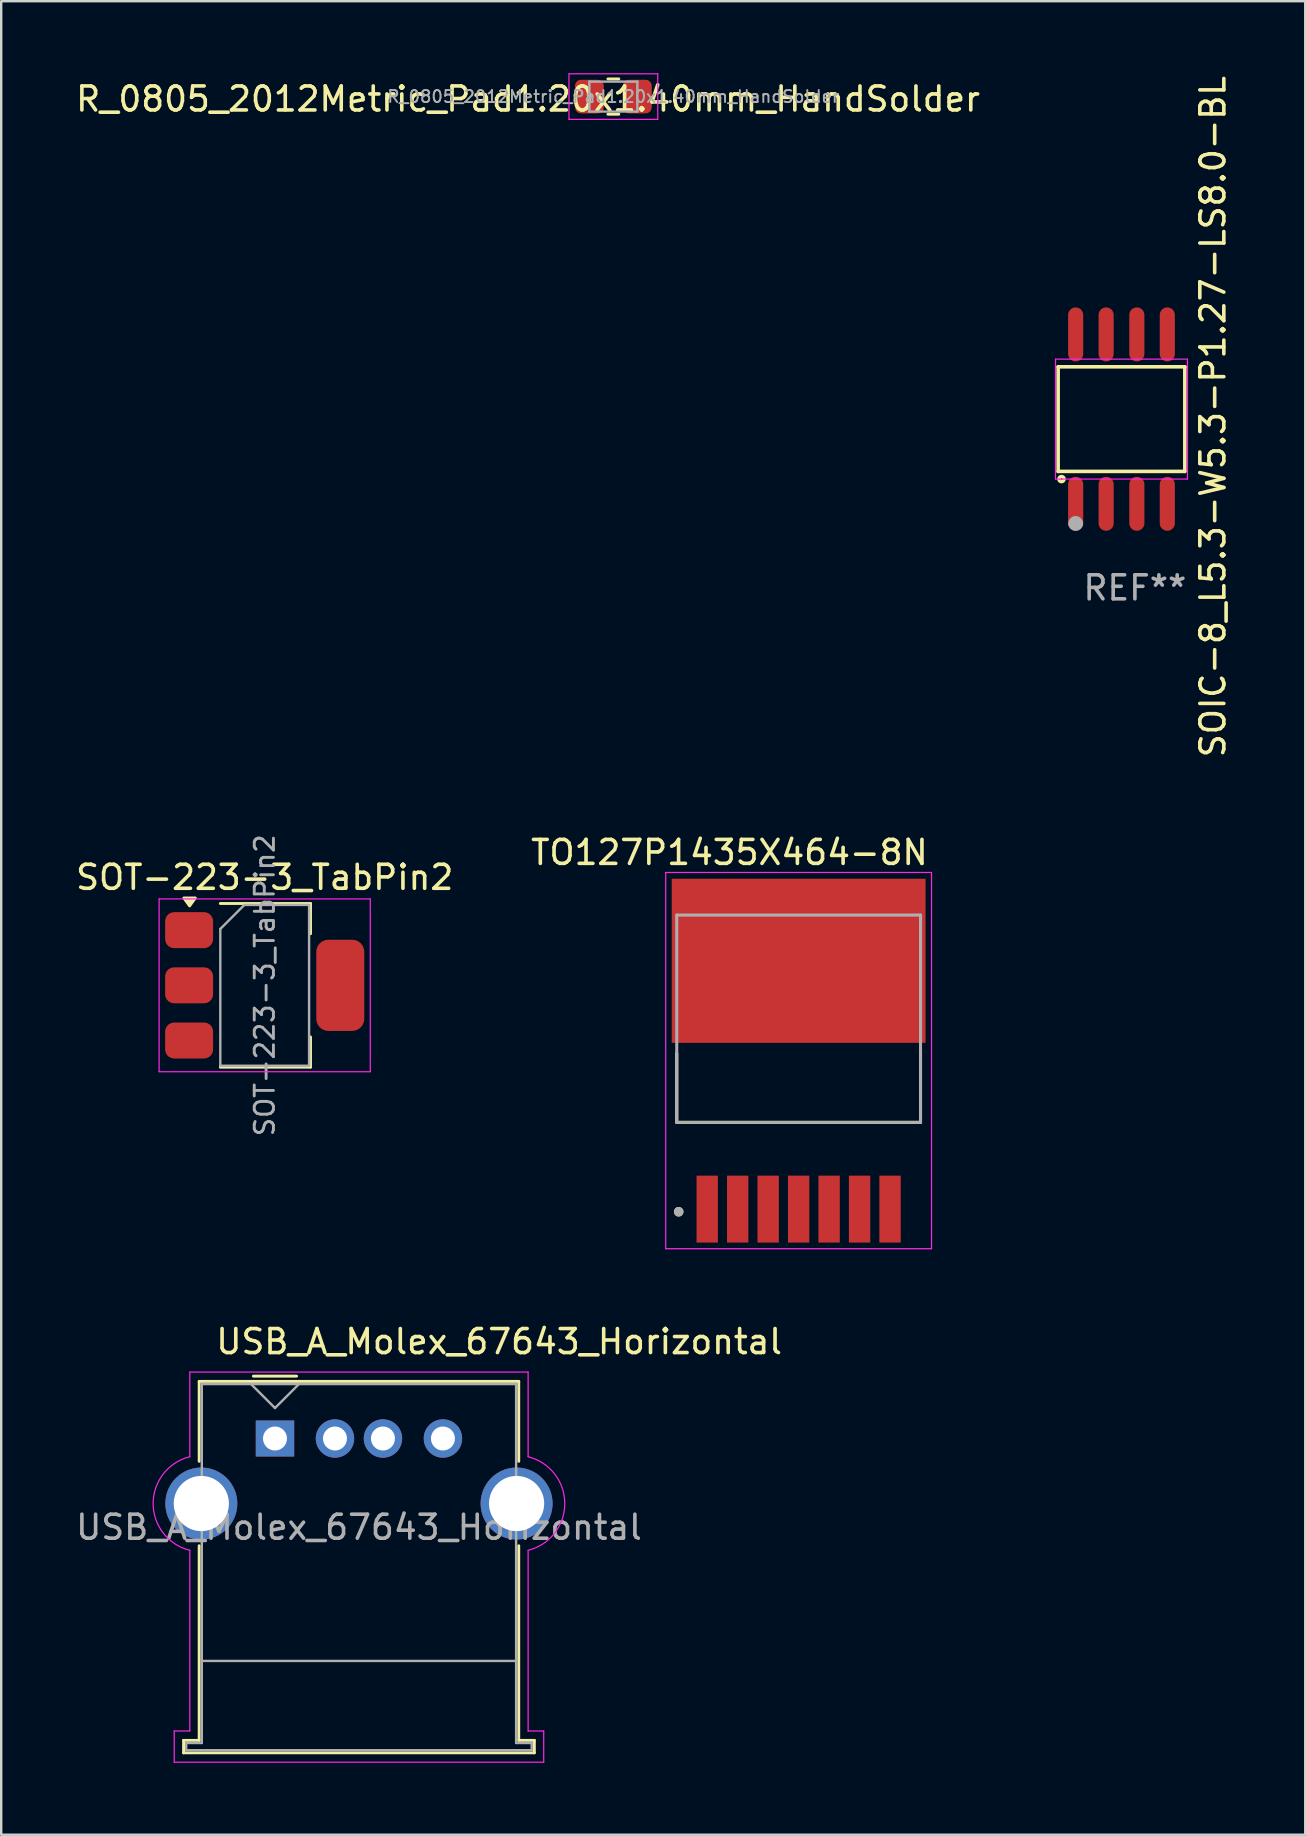
<source format=kicad_pcb>
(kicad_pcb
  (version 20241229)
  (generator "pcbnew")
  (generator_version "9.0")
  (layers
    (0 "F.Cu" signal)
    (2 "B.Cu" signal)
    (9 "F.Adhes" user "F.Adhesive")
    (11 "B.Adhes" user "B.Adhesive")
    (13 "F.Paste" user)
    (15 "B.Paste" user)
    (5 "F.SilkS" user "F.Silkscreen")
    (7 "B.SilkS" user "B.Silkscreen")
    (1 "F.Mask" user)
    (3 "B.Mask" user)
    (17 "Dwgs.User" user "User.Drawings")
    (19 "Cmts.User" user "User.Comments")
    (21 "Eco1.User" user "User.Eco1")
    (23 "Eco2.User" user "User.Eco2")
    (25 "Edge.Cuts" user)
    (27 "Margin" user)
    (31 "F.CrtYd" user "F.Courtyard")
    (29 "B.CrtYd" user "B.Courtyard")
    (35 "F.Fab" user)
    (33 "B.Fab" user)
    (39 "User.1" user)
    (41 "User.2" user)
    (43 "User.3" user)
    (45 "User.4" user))
  (footprint "SOT-223-3_TabPin2"
    (layer "F.Cu")
    (at 7.982 38.017)
    (property "Reference" "SOT-223-3_TabPin2" (at 0 -4.5 180) (layer "F.SilkS") (effects (font (size 1 1) (thickness 0.15))))
    (attr smd)
    (fp_line (start -1.85 -3.41) (end 1.91 -3.41) (stroke (width 0.12) (type solid)) (layer "F.SilkS"))
    (fp_line (start -1.85 3.41) (end 1.91 3.41) (stroke (width 0.12) (type solid)) (layer "F.SilkS"))
    (fp_line (start 1.91 -3.41) (end 1.91 -2.15) (stroke (width 0.12) (type solid)) (layer "F.SilkS"))
    (fp_line (start 1.91 3.41) (end 1.91 2.15) (stroke (width 0.12) (type solid)) (layer "F.SilkS"))
    (fp_poly (pts (xy -3.13 -3.31) (xy -3.37 -3.64) (xy -2.89 -3.64) (xy -3.13 -3.31)) (stroke (width 0.12) (type solid)) (fill yes) (layer "F.SilkS"))
    (fp_line (start -4.4 -3.6) (end -4.4 3.6) (stroke (width 0.05) (type solid)) (layer "F.CrtYd"))
    (fp_line (start -4.4 3.6) (end 4.4 3.6) (stroke (width 0.05) (type solid)) (layer "F.CrtYd"))
    (fp_line (start 4.4 -3.6) (end -4.4 -3.6) (stroke (width 0.05) (type solid)) (layer "F.CrtYd"))
    (fp_line (start 4.4 3.6) (end 4.4 -3.6) (stroke (width 0.05) (type solid)) (layer "F.CrtYd"))
    (fp_line (start -1.85 -2.35) (end -1.85 3.35) (stroke (width 0.1) (type solid)) (layer "F.Fab"))
    (fp_line (start -1.85 -2.35) (end -0.85 -3.35) (stroke (width 0.1) (type solid)) (layer "F.Fab"))
    (fp_line (start -1.85 3.35) (end 1.85 3.35) (stroke (width 0.1) (type solid)) (layer "F.Fab"))
    (fp_line (start -0.85 -3.35) (end 1.85 -3.35) (stroke (width 0.1) (type solid)) (layer "F.Fab"))
    (fp_line (start 1.85 -3.35) (end 1.85 3.35) (stroke (width 0.1) (type solid)) (layer "F.Fab"))
    (fp_text user "${REFERENCE}" (at 0 0 270) (layer "F.Fab") (effects (font (size 0.8 0.8) (thickness 0.12))))
    (pad "1" smd roundrect (at -3.15 -2.3) (size 2 1.5) (layers "F.Cu" "F.Mask" "F.Paste") (roundrect_rratio 0.25))
    (pad "2" smd roundrect (at -3.15 0) (size 2 1.5) (layers "F.Cu" "F.Mask" "F.Paste") (roundrect_rratio 0.25))
    (pad "2" smd roundrect (at 3.15 0) (size 2 3.8) (layers "F.Cu" "F.Mask" "F.Paste") (roundrect_rratio 0.25))
    (pad "3" smd roundrect (at -3.15 2.3) (size 2 1.5) (layers "F.Cu" "F.Mask" "F.Paste") (roundrect_rratio 0.25)))
  (footprint "SOIC-8_L5.3-W5.3-P1.27-LS8.0-BL"
    (layer "F.Cu")
    (at 43.692 14.417)
    (property "Reference" "SOIC-8_L5.3-W5.3-P1.27-LS8.0-BL" (at 3.81 -0.102 270) (layer "F.SilkS") (effects (font (size 1 1) (thickness 0.15))))
    (attr smd)
    (fp_line (start -2.64 -2.18) (end 2.64 -2.18) (stroke (width 0.15) (type solid)) (layer "F.SilkS"))
    (fp_line (start -2.64 2.18) (end -2.64 -2.18) (stroke (width 0.15) (type solid)) (layer "F.SilkS"))
    (fp_line (start 2.64 -2.18) (end 2.64 2.18) (stroke (width 0.15) (type solid)) (layer "F.SilkS"))
    (fp_line (start 2.64 2.18) (end -2.64 2.18) (stroke (width 0.15) (type solid)) (layer "F.SilkS"))
    (fp_circle (center -2.5 2.5) (end -2.47 2.5) (stroke (width 0.15) (type solid)) (fill no) (layer "F.SilkS"))
    (fp_line (start -2.75 -2.5) (end 2.75 -2.5) (stroke (width 0.05) (type default)) (layer "F.CrtYd"))
    (fp_line (start -2.75 2.5) (end -2.75 -2.5) (stroke (width 0.05) (type default)) (layer "F.CrtYd"))
    (fp_line (start 2.75 -2.5) (end 2.75 2.5) (stroke (width 0.05) (type default)) (layer "F.CrtYd"))
    (fp_line (start 2.75 2.5) (end -2.75 2.5) (stroke (width 0.05) (type default)) (layer "F.CrtYd"))
    (fp_circle (center -1.91 4.35) (end -1.75 4.35) (stroke (width 0.3) (type solid)) (fill no) (layer "F.Fab"))
    (fp_text user "REF**" (at 0.559 7.036 180) (layer "F.Fab") (effects (font (size 1 1) (thickness 0.15))))
    (pad "1" smd oval (at -1.91 3.53) (size 0.63 2.25) (layers "F.Cu" "F.Mask" "F.Paste"))
    (pad "2" smd oval (at -0.64 3.53) (size 0.63 2.25) (layers "F.Cu" "F.Mask" "F.Paste"))
    (pad "3" smd oval (at 0.64 3.53) (size 0.63 2.25) (layers "F.Cu" "F.Mask" "F.Paste"))
    (pad "4" smd oval (at 1.91 3.53) (size 0.63 2.25) (layers "F.Cu" "F.Mask" "F.Paste"))
    (pad "5" smd oval (at 1.91 -3.53) (size 0.63 2.25) (layers "F.Cu" "F.Mask" "F.Paste"))
    (pad "6" smd oval (at 0.64 -3.53) (size 0.63 2.25) (layers "F.Cu" "F.Mask" "F.Paste"))
    (pad "7" smd oval (at -0.64 -3.53) (size 0.63 2.25) (layers "F.Cu" "F.Mask" "F.Paste"))
    (pad "8" smd oval (at -1.91 -3.53) (size 0.63 2.25) (layers "F.Cu" "F.Mask" "F.Paste")))
  (footprint "R_0805_2012Metric_Pad1.20x1.40mm_HandSolder"
    (layer "F.Cu")
    (at 22.514 0.975)
    (property "Reference" "R_0805_2012Metric_Pad1.20x1.40mm_HandSolder" (at -3.556 0.102 0) (layer "F.SilkS") (effects (font (size 1 1) (thickness 0.15))))
    (attr smd)
    (fp_line (start -0.227 -0.735) (end 0.227 -0.735) (stroke (width 0.12) (type solid)) (layer "F.SilkS"))
    (fp_line (start -0.227 0.735) (end 0.227 0.735) (stroke (width 0.12) (type solid)) (layer "F.SilkS"))
    (fp_line (start -1.85 -0.95) (end 1.85 -0.95) (stroke (width 0.05) (type solid)) (layer "F.CrtYd"))
    (fp_line (start -1.85 0.95) (end -1.85 -0.95) (stroke (width 0.05) (type solid)) (layer "F.CrtYd"))
    (fp_line (start 1.85 -0.95) (end 1.85 0.95) (stroke (width 0.05) (type solid)) (layer "F.CrtYd"))
    (fp_line (start 1.85 0.95) (end -1.85 0.95) (stroke (width 0.05) (type solid)) (layer "F.CrtYd"))
    (fp_line (start -1 -0.625) (end 1 -0.625) (stroke (width 0.1) (type solid)) (layer "F.Fab"))
    (fp_line (start -1 0.625) (end -1 -0.625) (stroke (width 0.1) (type solid)) (layer "F.Fab"))
    (fp_line (start 1 -0.625) (end 1 0.625) (stroke (width 0.1) (type solid)) (layer "F.Fab"))
    (fp_line (start 1 0.625) (end -1 0.625) (stroke (width 0.1) (type solid)) (layer "F.Fab"))
    (fp_text user "${REFERENCE}" (at 0 0 0) (layer "F.Fab") (effects (font (size 0.5 0.5) (thickness 0.08))))
    (pad "1" smd roundrect (at -1 0) (size 1.2 1.4) (layers "F.Cu" "F.Mask" "F.Paste") (roundrect_rratio 0.208))
    (pad "2" smd roundrect (at 1 0) (size 1.2 1.4) (layers "F.Cu" "F.Mask" "F.Paste") (roundrect_rratio 0.208)))
  (footprint "TO127P1435X464-8N"
    (layer "F.Cu")
    (at 30.236 41.154)
    (property "Reference" "TO127P1435X464-8N" (at -2.885 -8.675 0) (layer "F.SilkS") (effects (font (size 1 1) (thickness 0.15))))
    (attr smd)
    (fp_line (start -5.08 -0.3) (end -5.08 2.575) (stroke (width 0.127) (type solid)) (layer "F.SilkS"))
    (fp_line (start -5.08 2.575) (end 5.08 2.575) (stroke (width 0.127) (type solid)) (layer "F.SilkS"))
    (fp_line (start 5.08 2.575) (end 5.08 -0.3) (stroke (width 0.127) (type solid)) (layer "F.SilkS"))
    (fp_circle (center -5 6.3) (end -4.9 6.3) (stroke (width 0.2) (type solid)) (fill no) (layer "F.SilkS"))
    (fp_poly (pts (xy -5.03 -6.825) (xy -3.77 -6.825) (xy -3.77 -4.915) (xy -5.03 -4.915)) (stroke (width 0.01) (type solid)) (fill yes) (layer "F.Paste"))
    (fp_poly (pts (xy -5.03 -3.405) (xy -3.77 -3.405) (xy -3.77 -1.495) (xy -5.03 -1.495)) (stroke (width 0.01) (type solid)) (fill yes) (layer "F.Paste"))
    (fp_poly (pts (xy -3.27 -6.825) (xy -2.01 -6.825) (xy -2.01 -4.915) (xy -3.27 -4.915)) (stroke (width 0.01) (type solid)) (fill yes) (layer "F.Paste"))
    (fp_poly (pts (xy -3.27 -3.405) (xy -2.01 -3.405) (xy -2.01 -1.495) (xy -3.27 -1.495)) (stroke (width 0.01) (type solid)) (fill yes) (layer "F.Paste"))
    (fp_poly (pts (xy -1.51 -6.825) (xy -0.25 -6.825) (xy -0.25 -4.915) (xy -1.51 -4.915)) (stroke (width 0.01) (type solid)) (fill yes) (layer "F.Paste"))
    (fp_poly (pts (xy -1.51 -3.405) (xy -0.25 -3.405) (xy -0.25 -1.495) (xy -1.51 -1.495)) (stroke (width 0.01) (type solid)) (fill yes) (layer "F.Paste"))
    (fp_poly (pts (xy 0.25 -6.825) (xy 1.51 -6.825) (xy 1.51 -4.915) (xy 0.25 -4.915)) (stroke (width 0.01) (type solid)) (fill yes) (layer "F.Paste"))
    (fp_poly (pts (xy 0.25 -3.405) (xy 1.51 -3.405) (xy 1.51 -1.495) (xy 0.25 -1.495)) (stroke (width 0.01) (type solid)) (fill yes) (layer "F.Paste"))
    (fp_poly (pts (xy 2.01 -6.825) (xy 3.27 -6.825) (xy 3.27 -4.915) (xy 2.01 -4.915)) (stroke (width 0.01) (type solid)) (fill yes) (layer "F.Paste"))
    (fp_poly (pts (xy 2.01 -3.405) (xy 3.27 -3.405) (xy 3.27 -1.495) (xy 2.01 -1.495)) (stroke (width 0.01) (type solid)) (fill yes) (layer "F.Paste"))
    (fp_poly (pts (xy 3.77 -6.825) (xy 5.03 -6.825) (xy 5.03 -4.915) (xy 3.77 -4.915)) (stroke (width 0.01) (type solid)) (fill yes) (layer "F.Paste"))
    (fp_poly (pts (xy 3.77 -3.405) (xy 5.03 -3.405) (xy 5.03 -1.495) (xy 3.77 -1.495)) (stroke (width 0.01) (type solid)) (fill yes) (layer "F.Paste"))
    (fp_line (start -5.54 -7.84) (end 5.54 -7.84) (stroke (width 0.05) (type solid)) (layer "F.CrtYd"))
    (fp_line (start -5.54 7.84) (end -5.54 -7.84) (stroke (width 0.05) (type solid)) (layer "F.CrtYd"))
    (fp_line (start 5.54 -7.84) (end 5.54 7.84) (stroke (width 0.05) (type solid)) (layer "F.CrtYd"))
    (fp_line (start 5.54 7.84) (end -5.54 7.84) (stroke (width 0.05) (type solid)) (layer "F.CrtYd"))
    (fp_line (start -5.08 -6.065) (end 5.08 -6.065) (stroke (width 0.127) (type solid)) (layer "F.Fab"))
    (fp_line (start -5.08 2.575) (end -5.08 -6.065) (stroke (width 0.127) (type solid)) (layer "F.Fab"))
    (fp_line (start -5.08 2.575) (end 5.08 2.575) (stroke (width 0.127) (type solid)) (layer "F.Fab"))
    (fp_line (start 5.08 -6.065) (end 5.08 2.575) (stroke (width 0.127) (type solid)) (layer "F.Fab"))
    (fp_circle (center -5 6.3) (end -4.9 6.3) (stroke (width 0.2) (type solid)) (fill no) (layer "F.Fab"))
    (pad "1" smd rect (at -3.81 6.19) (size 0.89 2.79) (layers "F.Cu" "F.Mask" "F.Paste"))
    (pad "2" smd rect (at -2.54 6.19) (size 0.89 2.79) (layers "F.Cu" "F.Mask" "F.Paste"))
    (pad "3" smd rect (at -1.27 6.19) (size 0.89 2.79) (layers "F.Cu" "F.Mask" "F.Paste"))
    (pad "4" smd rect (at 0 6.19) (size 0.89 2.79) (layers "F.Cu" "F.Mask" "F.Paste"))
    (pad "5" smd rect (at 1.27 6.19) (size 0.89 2.79) (layers "F.Cu" "F.Mask" "F.Paste"))
    (pad "6" smd rect (at 2.54 6.19) (size 0.89 2.79) (layers "F.Cu" "F.Mask" "F.Paste"))
    (pad "7" smd rect (at 3.81 6.19) (size 0.89 2.79) (layers "F.Cu" "F.Mask" "F.Paste"))
    (pad "8" smd rect (at 0 -4.16) (size 10.58 6.84) (layers "F.Cu" "F.Mask")))
  (footprint "USB_A_Molex_67643_Horizontal"
    (layer "F.Cu")
    (at 8.411 56.905)
    (property "Reference" "USB_A_Molex_67643_Horizontal" (at 9.342 -4.038 180) (layer "F.SilkS") (effects (font (size 1 1) (thickness 0.15))))
    (attr through_hole)
    (fp_line (start -3.81 12.58) (end -3.81 13.1) (stroke (width 0.12) (type solid)) (layer "F.SilkS"))
    (fp_line (start -3.81 13.1) (end 10.81 13.1) (stroke (width 0.12) (type solid)) (layer "F.SilkS"))
    (fp_line (start -3.16 -2.38) (end -3.16 0.95) (stroke (width 0.12) (type solid)) (layer "F.SilkS"))
    (fp_line (start -3.16 -2.38) (end 10.16 -2.38) (stroke (width 0.12) (type solid)) (layer "F.SilkS"))
    (fp_line (start -3.16 12.58) (end -3.81 12.58) (stroke (width 0.12) (type solid)) (layer "F.SilkS"))
    (fp_line (start -3.16 12.58) (end -3.16 4.47) (stroke (width 0.12) (type solid)) (layer "F.SilkS"))
    (fp_line (start -0.9 -2.6) (end 0.9 -2.6) (stroke (width 0.12) (type solid)) (layer "F.SilkS"))
    (fp_line (start 10.16 -2.38) (end 10.16 0.95) (stroke (width 0.12) (type solid)) (layer "F.SilkS"))
    (fp_line (start 10.16 4.47) (end 10.16 12.58) (stroke (width 0.12) (type solid)) (layer "F.SilkS"))
    (fp_line (start 10.81 12.58) (end 10.16 12.58) (stroke (width 0.12) (type solid)) (layer "F.SilkS"))
    (fp_line (start 10.81 13.1) (end 10.81 12.58) (stroke (width 0.12) (type solid)) (layer "F.SilkS"))
    (fp_line (start -4.2 12.19) (end -3.55 12.19) (stroke (width 0.05) (type solid)) (layer "F.CrtYd"))
    (fp_line (start -4.2 13.49) (end -4.2 12.19) (stroke (width 0.05) (type solid)) (layer "F.CrtYd"))
    (fp_line (start -4.2 13.49) (end 11.2 13.49) (stroke (width 0.05) (type solid)) (layer "F.CrtYd"))
    (fp_line (start -3.55 -2.77) (end -3.55 0.76) (stroke (width 0.05) (type solid)) (layer "F.CrtYd"))
    (fp_line (start -3.55 -2.77) (end 10.55 -2.77) (stroke (width 0.05) (type solid)) (layer "F.CrtYd"))
    (fp_line (start -3.55 12.19) (end -3.55 4.66) (stroke (width 0.05) (type solid)) (layer "F.CrtYd"))
    (fp_line (start 10.55 -2.77) (end 10.55 0.76) (stroke (width 0.05) (type solid)) (layer "F.CrtYd"))
    (fp_line (start 10.55 12.19) (end 10.55 4.66) (stroke (width 0.05) (type solid)) (layer "F.CrtYd"))
    (fp_line (start 11.2 12.19) (end 10.55 12.19) (stroke (width 0.05) (type solid)) (layer "F.CrtYd"))
    (fp_line (start 11.2 13.49) (end 11.2 12.19) (stroke (width 0.05) (type solid)) (layer "F.CrtYd"))
    (fp_arc (start -3.55 4.66) (mid -5.078208 2.71) (end -3.55 0.76) (stroke (width 0.05) (type solid)) (layer "F.CrtYd"))
    (fp_arc (start 10.55 0.76) (mid 12.078208 2.71) (end 10.55 4.66) (stroke (width 0.05) (type solid)) (layer "F.CrtYd"))
    (fp_line (start -3.7 12.69) (end -3.7 12.99) (stroke (width 0.1) (type solid)) (layer "F.Fab"))
    (fp_line (start -3.7 12.99) (end 10.7 12.99) (stroke (width 0.1) (type solid)) (layer "F.Fab"))
    (fp_line (start -3.05 -2.27) (end 10.05 -2.27) (stroke (width 0.1) (type solid)) (layer "F.Fab"))
    (fp_line (start -3.05 9.27) (end 10.05 9.27) (stroke (width 0.1) (type solid)) (layer "F.Fab"))
    (fp_line (start -3.05 12.69) (end -3.7 12.69) (stroke (width 0.1) (type solid)) (layer "F.Fab"))
    (fp_line (start -3.05 12.69) (end -3.05 -2.27) (stroke (width 0.1) (type solid)) (layer "F.Fab"))
    (fp_line (start -1 -2.27) (end 0 -1.27) (stroke (width 0.1) (type solid)) (layer "F.Fab"))
    (fp_line (start 0 -1.27) (end 1 -2.27) (stroke (width 0.1) (type solid)) (layer "F.Fab"))
    (fp_line (start 10.05 -2.27) (end 10.05 12.69) (stroke (width 0.1) (type solid)) (layer "F.Fab"))
    (fp_line (start 10.7 12.69) (end 10.05 12.69) (stroke (width 0.1) (type solid)) (layer "F.Fab"))
    (fp_line (start 10.7 12.99) (end 10.7 12.69) (stroke (width 0.1) (type solid)) (layer "F.Fab"))
    (fp_text user "${REFERENCE}" (at 3.5 3.7 180) (layer "F.Fab") (effects (font (size 1 1) (thickness 0.15))))
    (pad "1" thru_hole rect (at 0 0) (size 1.6 1.5) (drill 1) (layers "*.Cu" "*.Mask"))
    (pad "2" thru_hole circle (at 2.5 0) (size 1.6 1.6) (drill 1) (layers "*.Cu" "*.Mask"))
    (pad "3" thru_hole circle (at 4.5 0) (size 1.6 1.6) (drill 1) (layers "*.Cu" "*.Mask"))
    (pad "4" thru_hole circle (at 7 0) (size 1.6 1.6) (drill 1) (layers "*.Cu" "*.Mask"))
    (pad "5" thru_hole circle (at -3.07 2.71) (size 3 3) (drill 2.3) (layers "*.Cu" "*.Mask"))
    (pad "5" thru_hole circle (at 10.07 2.71) (size 3 3) (drill 2.3) (layers "*.Cu" "*.Mask")))
  (gr_rect
    (start -3 -3)
    (end 51.35 73.42)
    (stroke (width 0.1) (type default))
    (fill no)
    (layer "Edge.Cuts")))
</source>
